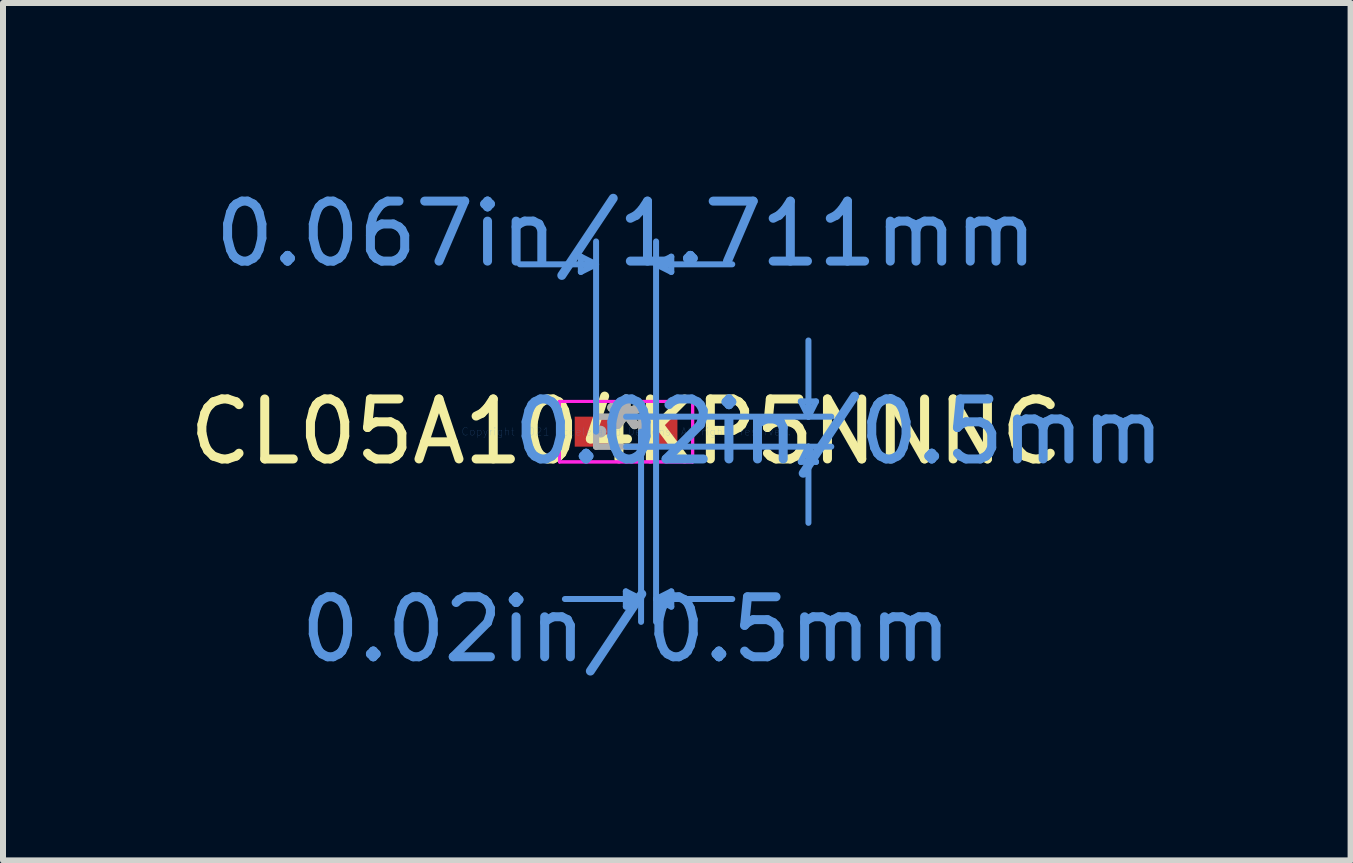
<source format=kicad_pcb>
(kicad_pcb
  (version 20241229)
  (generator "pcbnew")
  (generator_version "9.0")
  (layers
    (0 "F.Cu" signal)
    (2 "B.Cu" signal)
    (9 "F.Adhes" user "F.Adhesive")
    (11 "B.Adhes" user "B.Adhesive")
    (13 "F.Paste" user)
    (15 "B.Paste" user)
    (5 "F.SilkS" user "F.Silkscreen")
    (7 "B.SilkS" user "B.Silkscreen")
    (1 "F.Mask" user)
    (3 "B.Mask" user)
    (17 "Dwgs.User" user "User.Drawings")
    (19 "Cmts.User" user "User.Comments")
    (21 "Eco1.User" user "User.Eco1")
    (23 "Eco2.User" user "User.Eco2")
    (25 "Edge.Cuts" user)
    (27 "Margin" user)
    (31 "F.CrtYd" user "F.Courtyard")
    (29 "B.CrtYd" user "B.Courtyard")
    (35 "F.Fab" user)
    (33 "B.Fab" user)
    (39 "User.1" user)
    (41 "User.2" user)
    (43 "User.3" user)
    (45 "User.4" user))
  (footprint "CL05A104KP5NNNC"
    (layer "F.Cu")
    (at 7.387 4.146)
    (property "Reference" "CL05A104KP5NNNC" (at 0 0 0) (layer "F.SilkS") (effects (font (size 1 1) (thickness 0.15))))
    (attr through_hole)
    (fp_line (start -0.754 -2.917) (end -0.754 -2.663) (stroke (width 0.1) (type solid)) (layer "Cmts.User"))
    (fp_line (start -0.5 -2.79) (end -1.77 -2.79) (stroke (width 0.1) (type solid)) (layer "Cmts.User"))
    (fp_line (start -0.5 -2.79) (end -0.754 -2.917) (stroke (width 0.1) (type solid)) (layer "Cmts.User"))
    (fp_line (start -0.5 -2.79) (end -0.754 -2.663) (stroke (width 0.1) (type solid)) (layer "Cmts.User"))
    (fp_line (start -0.5 0) (end -0.5 -3.171) (stroke (width 0.1) (type solid)) (layer "Cmts.User"))
    (fp_line (start -0.004 2.663) (end -0.004 2.917) (stroke (width 0.1) (type solid)) (layer "Cmts.User"))
    (fp_line (start 0 -0.25) (end 3.421 -0.25) (stroke (width 0.1) (type solid)) (layer "Cmts.User"))
    (fp_line (start 0 0.25) (end 3.421 0.25) (stroke (width 0.1) (type solid)) (layer "Cmts.User"))
    (fp_line (start 0.25 0) (end 0.25 3.171) (stroke (width 0.1) (type solid)) (layer "Cmts.User"))
    (fp_line (start 0.25 2.79) (end -1.02 2.79) (stroke (width 0.1) (type solid)) (layer "Cmts.User"))
    (fp_line (start 0.25 2.79) (end -0.004 2.663) (stroke (width 0.1) (type solid)) (layer "Cmts.User"))
    (fp_line (start 0.25 2.79) (end -0.004 2.917) (stroke (width 0.1) (type solid)) (layer "Cmts.User"))
    (fp_line (start 0.5 -2.79) (end 0.754 -2.917) (stroke (width 0.1) (type solid)) (layer "Cmts.User"))
    (fp_line (start 0.5 -2.79) (end 0.754 -2.663) (stroke (width 0.1) (type solid)) (layer "Cmts.User"))
    (fp_line (start 0.5 -2.79) (end 1.77 -2.79) (stroke (width 0.1) (type solid)) (layer "Cmts.User"))
    (fp_line (start 0.5 0) (end 0.5 -3.171) (stroke (width 0.1) (type solid)) (layer "Cmts.User"))
    (fp_line (start 0.5 0) (end 0.5 3.171) (stroke (width 0.1) (type solid)) (layer "Cmts.User"))
    (fp_line (start 0.5 2.79) (end 0.754 2.663) (stroke (width 0.1) (type solid)) (layer "Cmts.User"))
    (fp_line (start 0.5 2.79) (end 0.754 2.917) (stroke (width 0.1) (type solid)) (layer "Cmts.User"))
    (fp_line (start 0.5 2.79) (end 1.77 2.79) (stroke (width 0.1) (type solid)) (layer "Cmts.User"))
    (fp_line (start 0.754 -2.917) (end 0.754 -2.663) (stroke (width 0.1) (type solid)) (layer "Cmts.User"))
    (fp_line (start 0.754 2.663) (end 0.754 2.917) (stroke (width 0.1) (type solid)) (layer "Cmts.User"))
    (fp_line (start 2.913 -0.504) (end 3.167 -0.504) (stroke (width 0.1) (type solid)) (layer "Cmts.User"))
    (fp_line (start 2.913 0.504) (end 3.167 0.504) (stroke (width 0.1) (type solid)) (layer "Cmts.User"))
    (fp_line (start 3.04 -0.25) (end 2.913 -0.504) (stroke (width 0.1) (type solid)) (layer "Cmts.User"))
    (fp_line (start 3.04 -0.25) (end 3.04 -1.52) (stroke (width 0.1) (type solid)) (layer "Cmts.User"))
    (fp_line (start 3.04 -0.25) (end 3.167 -0.504) (stroke (width 0.1) (type solid)) (layer "Cmts.User"))
    (fp_line (start 3.04 0.25) (end 2.913 0.504) (stroke (width 0.1) (type solid)) (layer "Cmts.User"))
    (fp_line (start 3.04 0.25) (end 3.04 1.52) (stroke (width 0.1) (type solid)) (layer "Cmts.User"))
    (fp_line (start 3.04 0.25) (end 3.167 0.504) (stroke (width 0.1) (type solid)) (layer "Cmts.User"))
    (fp_line (start -1.11 -0.504) (end 1.11 -0.504) (stroke (width 0.05) (type solid)) (layer "F.CrtYd"))
    (fp_line (start -1.11 -0.504) (end 1.11 -0.504) (stroke (width 0.05) (type solid)) (layer "F.CrtYd"))
    (fp_line (start -1.11 0.504) (end -1.11 -0.504) (stroke (width 0.05) (type solid)) (layer "F.CrtYd"))
    (fp_line (start -1.11 0.504) (end -1.11 -0.504) (stroke (width 0.05) (type solid)) (layer "F.CrtYd"))
    (fp_line (start 1.11 -0.504) (end 1.11 0.504) (stroke (width 0.05) (type solid)) (layer "F.CrtYd"))
    (fp_line (start 1.11 -0.504) (end 1.11 0.504) (stroke (width 0.05) (type solid)) (layer "F.CrtYd"))
    (fp_line (start 1.11 0.504) (end -1.11 0.504) (stroke (width 0.05) (type solid)) (layer "F.CrtYd"))
    (fp_line (start 1.11 0.504) (end -1.11 0.504) (stroke (width 0.05) (type solid)) (layer "F.CrtYd"))
    (fp_line (start -0.5 -0.25) (end -0.5 0.25) (stroke (width 0.1) (type solid)) (layer "F.Fab"))
    (fp_line (start -0.5 -0.25) (end -0.5 0.25) (stroke (width 0.1) (type solid)) (layer "F.Fab"))
    (fp_line (start -0.5 0.25) (end -0.25 0.25) (stroke (width 0.1) (type solid)) (layer "F.Fab"))
    (fp_line (start -0.5 0.25) (end 0.5 0.25) (stroke (width 0.1) (type solid)) (layer "F.Fab"))
    (fp_line (start -0.25 -0.25) (end -0.5 -0.25) (stroke (width 0.1) (type solid)) (layer "F.Fab"))
    (fp_line (start -0.25 0.25) (end -0.25 -0.25) (stroke (width 0.1) (type solid)) (layer "F.Fab"))
    (fp_line (start 0.25 -0.25) (end 0.25 0.25) (stroke (width 0.1) (type solid)) (layer "F.Fab"))
    (fp_line (start 0.25 0.25) (end 0.5 0.25) (stroke (width 0.1) (type solid)) (layer "F.Fab"))
    (fp_line (start 0.5 -0.25) (end -0.5 -0.25) (stroke (width 0.1) (type solid)) (layer "F.Fab"))
    (fp_line (start 0.5 -0.25) (end 0.25 -0.25) (stroke (width 0.1) (type solid)) (layer "F.Fab"))
    (fp_line (start 0.5 0.25) (end 0.5 -0.25) (stroke (width 0.1) (type solid)) (layer "F.Fab"))
    (fp_line (start 0.5 0.25) (end 0.5 -0.25) (stroke (width 0.1) (type solid)) (layer "F.Fab"))
    (fp_circle (center -0.426 0) (end -0.426 0) (stroke (width 0.1) (type solid)) (fill no) (layer "F.Fab"))
    (fp_text user "*" (at 0 0 0) (layer "F.SilkS") (effects (font (size 1 1) (thickness 0.15))))
    (fp_text user "0.02in/0.5mm" (at 0 3.298 0) (layer "Cmts.User") (effects (font (size 1 1) (thickness 0.15))))
    (fp_text user "Copyright 2021 Accelerated Designs. All rights reserved." (at 0 0 0) (layer "Cmts.User") (effects (font (size 0.127 0.127) (thickness 0.002))))
    (fp_text user "0.02in/0.5mm" (at 3.548 0 0) (layer "Cmts.User") (effects (font (size 1 1) (thickness 0.15))))
    (fp_text user "0.067in/1.711mm" (at 0 -3.298 0) (layer "Cmts.User") (effects (font (size 1 1) (thickness 0.15))))
    (fp_text user "*" (at 0 0 0) (layer "F.Fab") (effects (font (size 1 1) (thickness 0.15))))
    (pad "1" smd rect (at -0.553 0) (size 0.606 0.5) (layers "F.Cu" "F.Mask" "F.Paste"))
    (pad "2" smd rect (at 0.553 0) (size 0.606 0.5) (layers "F.Cu" "F.Mask" "F.Paste")))
  (gr_rect
    (start -3 -3)
    (end 19.465 11.293)
    (stroke (width 0.1) (type default))
    (fill no)
    (layer "Edge.Cuts")))
</source>
